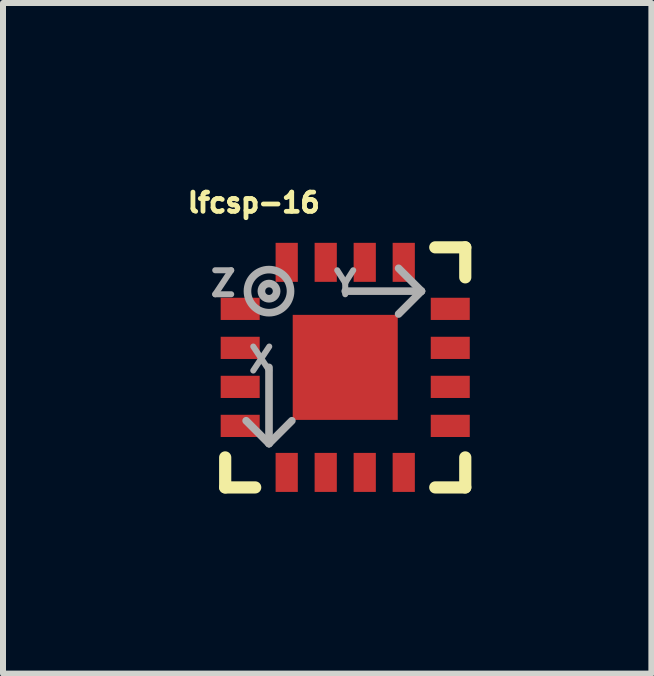
<source format=kicad_pcb>
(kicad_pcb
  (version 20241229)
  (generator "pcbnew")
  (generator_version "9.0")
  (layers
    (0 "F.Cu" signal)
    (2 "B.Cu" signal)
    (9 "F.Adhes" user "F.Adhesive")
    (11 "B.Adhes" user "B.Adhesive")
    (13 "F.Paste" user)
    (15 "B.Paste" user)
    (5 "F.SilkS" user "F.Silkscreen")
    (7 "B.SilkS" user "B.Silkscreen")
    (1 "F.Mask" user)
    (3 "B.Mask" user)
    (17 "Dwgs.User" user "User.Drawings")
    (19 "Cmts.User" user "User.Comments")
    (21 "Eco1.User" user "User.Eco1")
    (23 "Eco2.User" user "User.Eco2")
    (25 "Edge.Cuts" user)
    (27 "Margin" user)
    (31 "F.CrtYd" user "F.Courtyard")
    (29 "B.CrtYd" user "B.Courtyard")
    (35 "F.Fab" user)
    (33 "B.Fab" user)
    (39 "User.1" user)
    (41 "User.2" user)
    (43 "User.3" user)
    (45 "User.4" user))
  (footprint "lfcsp-16"
    (layer "F.Cu")
    (at 2.702 3.071)
    (property "Reference" "lfcsp-16" (at -1.524 -2.744 0) (layer "F.SilkS") (effects (font (size 0.32 0.32) (thickness 0.15))))
    (attr through_hole)
    (fp_line (start -2 2) (end -2 1.5) (stroke (width 0.203) (type solid)) (layer "F.SilkS"))
    (fp_line (start -1.5 2) (end -2 2) (stroke (width 0.203) (type solid)) (layer "F.SilkS"))
    (fp_line (start 1.5 -2) (end 2 -2) (stroke (width 0.203) (type solid)) (layer "F.SilkS"))
    (fp_line (start 2 -2) (end 2 -1.5) (stroke (width 0.203) (type solid)) (layer "F.SilkS"))
    (fp_line (start 2 1.5) (end 2 2) (stroke (width 0.203) (type solid)) (layer "F.SilkS"))
    (fp_line (start 2 2) (end 1.5 2) (stroke (width 0.203) (type solid)) (layer "F.SilkS"))
    (fp_poly (pts (xy -0.25 -0.25) (xy 0.25 -0.25) (xy 0.25 0.25) (xy -0.25 0.25)) (stroke (width 0.01) (type solid)) (fill yes) (layer "F.Paste"))
    (fp_line (start -1.27 0) (end -1.27 1.27) (stroke (width 0.127) (type solid)) (layer "F.Fab"))
    (fp_line (start -1.27 1.27) (end -1.651 0.889) (stroke (width 0.127) (type solid)) (layer "F.Fab"))
    (fp_line (start -1.27 1.27) (end -0.889 0.889) (stroke (width 0.127) (type solid)) (layer "F.Fab"))
    (fp_line (start 0 -1.27) (end 1.27 -1.27) (stroke (width 0.127) (type solid)) (layer "F.Fab"))
    (fp_line (start 1.27 -1.27) (end 0.889 -1.651) (stroke (width 0.127) (type solid)) (layer "F.Fab"))
    (fp_line (start 1.27 -1.27) (end 0.889 -0.889) (stroke (width 0.127) (type solid)) (layer "F.Fab"))
    (fp_circle (center -1.27 -1.27) (end -1.143 -1.27) (stroke (width 0.127) (type solid)) (fill no) (layer "F.Fab"))
    (fp_circle (center -1.27 -1.27) (end -0.911 -1.27) (stroke (width 0.127) (type solid)) (fill no) (layer "F.Fab"))
    (fp_text user "Y" (at 0 -1.398 0) (layer "F.Fab") (effects (font (size 0.4 0.4) (thickness 0.15))))
    (fp_text user "Z" (at -2.033 -1.398 0) (layer "F.Fab") (effects (font (size 0.4 0.4) (thickness 0.15))))
    (fp_text user "X" (at -1.399 -0.127 0) (layer "F.Fab") (effects (font (size 0.4 0.4) (thickness 0.15))))
    (pad "0" smd rect (at 0 0) (size 1.75 1.75) (layers "F.Cu" "F.Mask"))
    (pad "1" smd rect (at -1.75 -0.975) (size 0.65 0.37) (layers "F.Cu" "F.Mask" "F.Paste"))
    (pad "2" smd rect (at -1.75 -0.325) (size 0.65 0.37) (layers "F.Cu" "F.Mask" "F.Paste"))
    (pad "3" smd rect (at -1.75 0.325) (size 0.65 0.37) (layers "F.Cu" "F.Mask" "F.Paste"))
    (pad "4" smd rect (at -1.75 0.975) (size 0.65 0.37) (layers "F.Cu" "F.Mask" "F.Paste"))
    (pad "5" smd rect (at -0.975 1.75) (size 0.37 0.65) (layers "F.Cu" "F.Mask" "F.Paste"))
    (pad "6" smd rect (at -0.325 1.75) (size 0.37 0.65) (layers "F.Cu" "F.Mask" "F.Paste"))
    (pad "7" smd rect (at 0.325 1.75) (size 0.37 0.65) (layers "F.Cu" "F.Mask" "F.Paste"))
    (pad "8" smd rect (at 0.975 1.75) (size 0.37 0.65) (layers "F.Cu" "F.Mask" "F.Paste"))
    (pad "9" smd rect (at 1.75 0.975) (size 0.65 0.37) (layers "F.Cu" "F.Mask" "F.Paste"))
    (pad "10" smd rect (at 1.75 0.325) (size 0.65 0.37) (layers "F.Cu" "F.Mask" "F.Paste"))
    (pad "11" smd rect (at 1.75 -0.325) (size 0.65 0.37) (layers "F.Cu" "F.Mask" "F.Paste"))
    (pad "12" smd rect (at 1.75 -0.975) (size 0.65 0.37) (layers "F.Cu" "F.Mask" "F.Paste"))
    (pad "13" smd rect (at 0.975 -1.75) (size 0.37 0.65) (layers "F.Cu" "F.Mask" "F.Paste"))
    (pad "14" smd rect (at 0.325 -1.75) (size 0.37 0.65) (layers "F.Cu" "F.Mask" "F.Paste"))
    (pad "15" smd rect (at -0.325 -1.75) (size 0.37 0.65) (layers "F.Cu" "F.Mask" "F.Paste"))
    (pad "16" smd rect (at -0.975 -1.75) (size 0.37 0.65) (layers "F.Cu" "F.Mask" "F.Paste")))
  (gr_rect
    (start -3 -3)
    (end 7.803 8.173)
    (stroke (width 0.1) (type default))
    (fill no)
    (layer "Edge.Cuts")))
</source>
